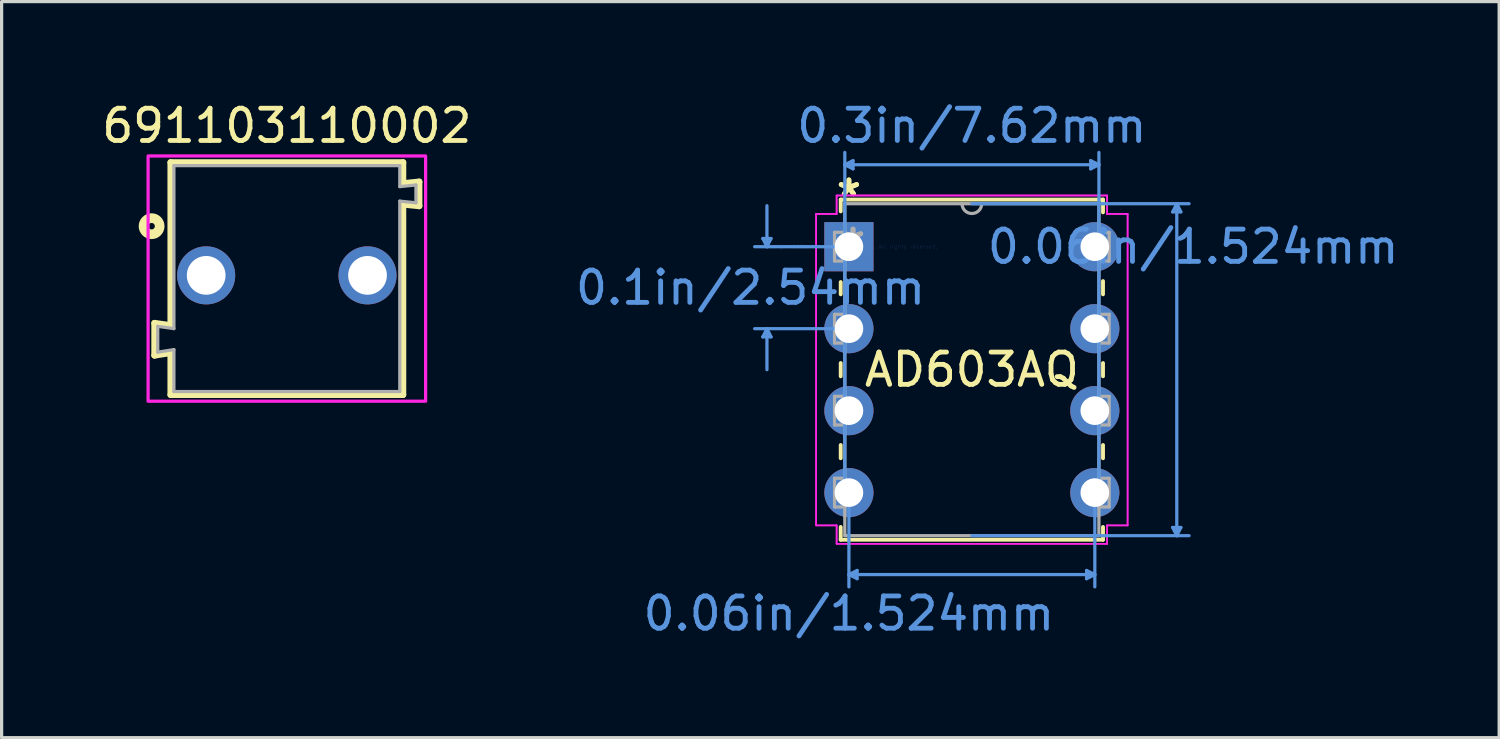
<source format=kicad_pcb>
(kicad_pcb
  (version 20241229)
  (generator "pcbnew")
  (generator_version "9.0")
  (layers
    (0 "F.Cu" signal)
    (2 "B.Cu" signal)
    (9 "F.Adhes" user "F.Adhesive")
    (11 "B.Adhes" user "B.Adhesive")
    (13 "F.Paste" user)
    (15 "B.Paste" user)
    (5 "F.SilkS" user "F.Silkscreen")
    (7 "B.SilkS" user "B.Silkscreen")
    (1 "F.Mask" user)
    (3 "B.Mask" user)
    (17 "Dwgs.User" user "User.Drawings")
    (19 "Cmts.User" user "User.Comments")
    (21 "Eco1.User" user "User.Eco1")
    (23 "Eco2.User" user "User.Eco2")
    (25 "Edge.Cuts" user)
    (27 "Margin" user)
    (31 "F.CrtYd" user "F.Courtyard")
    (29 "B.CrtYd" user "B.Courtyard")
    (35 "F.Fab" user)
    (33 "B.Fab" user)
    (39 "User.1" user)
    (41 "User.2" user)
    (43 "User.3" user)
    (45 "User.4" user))
  (footprint "691103110002"
    (layer "F.Cu")
    (at 5.839 5.483)
    (property "Reference" "691103110002" (at 0 -4.635 0) (layer "F.SilkS") (effects (font (size 1 1) (thickness 0.15))))
    (attr through_hole)
    (fp_line (start -4.1 1.48) (end -3.6 1.55) (stroke (width 0.2) (type solid)) (layer "F.SilkS"))
    (fp_line (start -4.1 2.48) (end -4.1 1.48) (stroke (width 0.2) (type solid)) (layer "F.SilkS"))
    (fp_line (start -3.6 -3.5) (end 3.6 -3.5) (stroke (width 0.2) (type solid)) (layer "F.SilkS"))
    (fp_line (start -3.6 1.55) (end -3.6 -3.5) (stroke (width 0.2) (type solid)) (layer "F.SilkS"))
    (fp_line (start -3.6 2.4) (end -4.1 2.48) (stroke (width 0.2) (type solid)) (layer "F.SilkS"))
    (fp_line (start -3.6 3.7) (end -3.6 2.4) (stroke (width 0.2) (type solid)) (layer "F.SilkS"))
    (fp_line (start 3.6 -3.5) (end 3.6 -2.85) (stroke (width 0.2) (type solid)) (layer "F.SilkS"))
    (fp_line (start 3.6 -2.85) (end 4.1 -2.9) (stroke (width 0.2) (type solid)) (layer "F.SilkS"))
    (fp_line (start 3.6 -2.2) (end 3.6 3.7) (stroke (width 0.2) (type solid)) (layer "F.SilkS"))
    (fp_line (start 3.6 3.7) (end -3.6 3.7) (stroke (width 0.2) (type solid)) (layer "F.SilkS"))
    (fp_line (start 4.1 -2.9) (end 4.1 -2.15) (stroke (width 0.2) (type solid)) (layer "F.SilkS"))
    (fp_line (start 4.1 -2.15) (end 3.6 -2.2) (stroke (width 0.2) (type solid)) (layer "F.SilkS"))
    (fp_circle (center -4.191 -1.524) (end -4.091 -1.524) (stroke (width 0.3) (type solid)) (fill no) (layer "F.SilkS"))
    (fp_poly (pts (xy -4.3 -3.7) (xy 4.3 -3.7) (xy 4.3 3.9) (xy -4.3 3.9)) (stroke (width 0.1) (type solid)) (fill no) (layer "F.CrtYd"))
    (fp_line (start -4 1.58) (end -4 2.38) (stroke (width 0.1) (type solid)) (layer "F.Fab"))
    (fp_line (start -3.5 -3.4) (end -3.5 1.65) (stroke (width 0.1) (type solid)) (layer "F.Fab"))
    (fp_line (start -3.5 1.65) (end -4 1.58) (stroke (width 0.1) (type solid)) (layer "F.Fab"))
    (fp_line (start -3.5 2.3) (end -4 2.38) (stroke (width 0.1) (type solid)) (layer "F.Fab"))
    (fp_line (start -3.5 2.3) (end -3.5 3.6) (stroke (width 0.1) (type solid)) (layer "F.Fab"))
    (fp_line (start -3.5 3.6) (end 3.5 3.6) (stroke (width 0.1) (type solid)) (layer "F.Fab"))
    (fp_line (start 3.5 -3.4) (end -3.5 -3.4) (stroke (width 0.1) (type solid)) (layer "F.Fab"))
    (fp_line (start 3.5 -3.4) (end 3.5 -2.75) (stroke (width 0.1) (type solid)) (layer "F.Fab"))
    (fp_line (start 3.5 -2.75) (end 4 -2.8) (stroke (width 0.1) (type solid)) (layer "F.Fab"))
    (fp_line (start 3.5 -2.3) (end 3.5 3.6) (stroke (width 0.1) (type solid)) (layer "F.Fab"))
    (fp_line (start 3.5 -2.3) (end 4 -2.25) (stroke (width 0.1) (type solid)) (layer "F.Fab"))
    (fp_line (start 4 -2.25) (end 4 -2.8) (stroke (width 0.1) (type solid)) (layer "F.Fab"))
    (pad "1" thru_hole circle (at -2.5 0) (size 1.8 1.8) (drill 1.2) (layers "*.Cu" "*.Mask"))
    (pad "2" thru_hole circle (at 2.5 0) (size 1.8 1.8) (drill 1.2) (layers "*.Cu" "*.Mask")))
  (footprint "AD603AQ"
    (layer "F.Cu")
    (at 23.256 4.595)
    (property "Reference" "AD603AQ" (at 3.81 3.81 0) (layer "F.SilkS") (effects (font (size 1 1) (thickness 0.15))))
    (attr through_hole)
    (fp_line (start -0.254 -1.46) (end -0.254 -1.095) (stroke (width 0.12) (type solid)) (layer "F.SilkS"))
    (fp_line (start -0.254 1.095) (end -0.254 1.475) (stroke (width 0.12) (type solid)) (layer "F.SilkS"))
    (fp_line (start -0.254 3.605) (end -0.254 4.015) (stroke (width 0.12) (type solid)) (layer "F.SilkS"))
    (fp_line (start -0.254 6.145) (end -0.254 6.555) (stroke (width 0.12) (type solid)) (layer "F.SilkS"))
    (fp_line (start -0.254 8.685) (end -0.254 9.081) (stroke (width 0.12) (type solid)) (layer "F.SilkS"))
    (fp_line (start -0.254 9.081) (end 7.874 9.081) (stroke (width 0.12) (type solid)) (layer "F.SilkS"))
    (fp_line (start 7.874 -1.46) (end -0.254 -1.46) (stroke (width 0.12) (type solid)) (layer "F.SilkS"))
    (fp_line (start 7.874 -1.065) (end 7.874 -1.46) (stroke (width 0.12) (type solid)) (layer "F.SilkS"))
    (fp_line (start 7.874 1.475) (end 7.874 1.065) (stroke (width 0.12) (type solid)) (layer "F.SilkS"))
    (fp_line (start 7.874 4.015) (end 7.874 3.605) (stroke (width 0.12) (type solid)) (layer "F.SilkS"))
    (fp_line (start 7.874 6.555) (end 7.874 6.145) (stroke (width 0.12) (type solid)) (layer "F.SilkS"))
    (fp_line (start 7.874 9.081) (end 7.874 8.685) (stroke (width 0.12) (type solid)) (layer "F.SilkS"))
    (fp_line (start -2.667 -0.254) (end -2.413 -0.254) (stroke (width 0.1) (type solid)) (layer "Cmts.User"))
    (fp_line (start -2.667 2.794) (end -2.413 2.794) (stroke (width 0.1) (type solid)) (layer "Cmts.User"))
    (fp_line (start -2.54 0) (end -2.667 -0.254) (stroke (width 0.1) (type solid)) (layer "Cmts.User"))
    (fp_line (start -2.54 0) (end -2.54 -1.27) (stroke (width 0.1) (type solid)) (layer "Cmts.User"))
    (fp_line (start -2.54 0) (end -2.413 -0.254) (stroke (width 0.1) (type solid)) (layer "Cmts.User"))
    (fp_line (start -2.54 2.54) (end -2.667 2.794) (stroke (width 0.1) (type solid)) (layer "Cmts.User"))
    (fp_line (start -2.54 2.54) (end -2.54 3.81) (stroke (width 0.1) (type solid)) (layer "Cmts.User"))
    (fp_line (start -2.54 2.54) (end -2.413 2.794) (stroke (width 0.1) (type solid)) (layer "Cmts.User"))
    (fp_line (start -0.127 -2.54) (end 0.127 -2.667) (stroke (width 0.1) (type solid)) (layer "Cmts.User"))
    (fp_line (start -0.127 -2.54) (end 0.127 -2.413) (stroke (width 0.1) (type solid)) (layer "Cmts.User"))
    (fp_line (start -0.127 -2.54) (end 7.747 -2.54) (stroke (width 0.1) (type solid)) (layer "Cmts.User"))
    (fp_line (start -0.127 7.62) (end -0.127 -2.921) (stroke (width 0.1) (type solid)) (layer "Cmts.User"))
    (fp_line (start 0 0) (end -2.921 0) (stroke (width 0.1) (type solid)) (layer "Cmts.User"))
    (fp_line (start 0 2.54) (end -2.921 2.54) (stroke (width 0.1) (type solid)) (layer "Cmts.User"))
    (fp_line (start 0 7.62) (end 0 10.541) (stroke (width 0.1) (type solid)) (layer "Cmts.User"))
    (fp_line (start 0 10.16) (end 0.254 10.033) (stroke (width 0.1) (type solid)) (layer "Cmts.User"))
    (fp_line (start 0 10.16) (end 0.254 10.287) (stroke (width 0.1) (type solid)) (layer "Cmts.User"))
    (fp_line (start 0 10.16) (end 7.62 10.16) (stroke (width 0.1) (type solid)) (layer "Cmts.User"))
    (fp_line (start 0.127 -2.667) (end 0.127 -2.413) (stroke (width 0.1) (type solid)) (layer "Cmts.User"))
    (fp_line (start 0.254 10.033) (end 0.254 10.287) (stroke (width 0.1) (type solid)) (layer "Cmts.User"))
    (fp_line (start 3.81 -1.333) (end 10.541 -1.333) (stroke (width 0.1) (type solid)) (layer "Cmts.User"))
    (fp_line (start 3.81 8.954) (end 10.541 8.954) (stroke (width 0.1) (type solid)) (layer "Cmts.User"))
    (fp_line (start 7.366 10.033) (end 7.366 10.287) (stroke (width 0.1) (type solid)) (layer "Cmts.User"))
    (fp_line (start 7.493 -2.667) (end 7.493 -2.413) (stroke (width 0.1) (type solid)) (layer "Cmts.User"))
    (fp_line (start 7.62 7.62) (end 7.62 10.541) (stroke (width 0.1) (type solid)) (layer "Cmts.User"))
    (fp_line (start 7.62 10.16) (end 7.366 10.033) (stroke (width 0.1) (type solid)) (layer "Cmts.User"))
    (fp_line (start 7.62 10.16) (end 7.366 10.287) (stroke (width 0.1) (type solid)) (layer "Cmts.User"))
    (fp_line (start 7.747 -2.54) (end 7.493 -2.667) (stroke (width 0.1) (type solid)) (layer "Cmts.User"))
    (fp_line (start 7.747 -2.54) (end 7.493 -2.413) (stroke (width 0.1) (type solid)) (layer "Cmts.User"))
    (fp_line (start 7.747 7.62) (end 7.747 -2.921) (stroke (width 0.1) (type solid)) (layer "Cmts.User"))
    (fp_line (start 10.033 -1.079) (end 10.287 -1.079) (stroke (width 0.1) (type solid)) (layer "Cmts.User"))
    (fp_line (start 10.033 8.7) (end 10.287 8.7) (stroke (width 0.1) (type solid)) (layer "Cmts.User"))
    (fp_line (start 10.16 -1.333) (end 10.033 -1.079) (stroke (width 0.1) (type solid)) (layer "Cmts.User"))
    (fp_line (start 10.16 -1.333) (end 10.16 8.954) (stroke (width 0.1) (type solid)) (layer "Cmts.User"))
    (fp_line (start 10.16 -1.333) (end 10.287 -1.079) (stroke (width 0.1) (type solid)) (layer "Cmts.User"))
    (fp_line (start 10.16 8.954) (end 10.033 8.7) (stroke (width 0.1) (type solid)) (layer "Cmts.User"))
    (fp_line (start 10.16 8.954) (end 10.287 8.7) (stroke (width 0.1) (type solid)) (layer "Cmts.User"))
    (fp_line (start -1.016 -1.016) (end -1.016 8.636) (stroke (width 0.05) (type solid)) (layer "F.CrtYd"))
    (fp_line (start -1.016 -1.016) (end -0.381 -1.016) (stroke (width 0.05) (type solid)) (layer "F.CrtYd"))
    (fp_line (start -1.016 8.636) (end -1.016 -1.016) (stroke (width 0.05) (type solid)) (layer "F.CrtYd"))
    (fp_line (start -1.016 8.636) (end -0.381 8.636) (stroke (width 0.05) (type solid)) (layer "F.CrtYd"))
    (fp_line (start -0.381 -1.587) (end -0.381 -1.016) (stroke (width 0.05) (type solid)) (layer "F.CrtYd"))
    (fp_line (start -0.381 -1.587) (end 8.001 -1.587) (stroke (width 0.05) (type solid)) (layer "F.CrtYd"))
    (fp_line (start -0.381 -1.016) (end -1.016 -1.016) (stroke (width 0.05) (type solid)) (layer "F.CrtYd"))
    (fp_line (start -0.381 -1.016) (end -0.381 -1.587) (stroke (width 0.05) (type solid)) (layer "F.CrtYd"))
    (fp_line (start -0.381 8.636) (end -1.016 8.636) (stroke (width 0.05) (type solid)) (layer "F.CrtYd"))
    (fp_line (start -0.381 8.636) (end -0.381 9.207) (stroke (width 0.05) (type solid)) (layer "F.CrtYd"))
    (fp_line (start -0.381 9.207) (end -0.381 8.636) (stroke (width 0.05) (type solid)) (layer "F.CrtYd"))
    (fp_line (start -0.381 9.207) (end 8.001 9.207) (stroke (width 0.05) (type solid)) (layer "F.CrtYd"))
    (fp_line (start 8.001 -1.587) (end -0.381 -1.587) (stroke (width 0.05) (type solid)) (layer "F.CrtYd"))
    (fp_line (start 8.001 -1.587) (end 8.001 -1.016) (stroke (width 0.05) (type solid)) (layer "F.CrtYd"))
    (fp_line (start 8.001 -1.016) (end 8.001 -1.587) (stroke (width 0.05) (type solid)) (layer "F.CrtYd"))
    (fp_line (start 8.001 8.636) (end 8.001 9.207) (stroke (width 0.05) (type solid)) (layer "F.CrtYd"))
    (fp_line (start 8.001 8.636) (end 8.636 8.636) (stroke (width 0.05) (type solid)) (layer "F.CrtYd"))
    (fp_line (start 8.001 9.207) (end -0.381 9.207) (stroke (width 0.05) (type solid)) (layer "F.CrtYd"))
    (fp_line (start 8.001 9.207) (end 8.001 8.636) (stroke (width 0.05) (type solid)) (layer "F.CrtYd"))
    (fp_line (start 8.636 -1.016) (end 8.001 -1.016) (stroke (width 0.05) (type solid)) (layer "F.CrtYd"))
    (fp_line (start 8.636 -1.016) (end 8.001 -1.016) (stroke (width 0.05) (type solid)) (layer "F.CrtYd"))
    (fp_line (start 8.636 -1.016) (end 8.636 8.636) (stroke (width 0.05) (type solid)) (layer "F.CrtYd"))
    (fp_line (start 8.636 8.636) (end 8.001 8.636) (stroke (width 0.05) (type solid)) (layer "F.CrtYd"))
    (fp_line (start 8.636 8.636) (end 8.636 -1.016) (stroke (width 0.05) (type solid)) (layer "F.CrtYd"))
    (fp_line (start -0.445 -0.445) (end -0.445 0.445) (stroke (width 0.1) (type solid)) (layer "F.Fab"))
    (fp_line (start -0.445 0.445) (end -0.127 0.445) (stroke (width 0.1) (type solid)) (layer "F.Fab"))
    (fp_line (start -0.445 2.095) (end -0.445 2.985) (stroke (width 0.1) (type solid)) (layer "F.Fab"))
    (fp_line (start -0.445 2.985) (end -0.127 2.985) (stroke (width 0.1) (type solid)) (layer "F.Fab"))
    (fp_line (start -0.445 4.636) (end -0.445 5.524) (stroke (width 0.1) (type solid)) (layer "F.Fab"))
    (fp_line (start -0.445 5.524) (end -0.127 5.524) (stroke (width 0.1) (type solid)) (layer "F.Fab"))
    (fp_line (start -0.445 7.176) (end -0.445 8.065) (stroke (width 0.1) (type solid)) (layer "F.Fab"))
    (fp_line (start -0.445 8.065) (end -0.127 8.065) (stroke (width 0.1) (type solid)) (layer "F.Fab"))
    (fp_line (start -0.127 -1.333) (end -0.127 8.954) (stroke (width 0.1) (type solid)) (layer "F.Fab"))
    (fp_line (start -0.127 -0.445) (end -0.445 -0.445) (stroke (width 0.1) (type solid)) (layer "F.Fab"))
    (fp_line (start -0.127 0.445) (end -0.127 -0.445) (stroke (width 0.1) (type solid)) (layer "F.Fab"))
    (fp_line (start -0.127 2.095) (end -0.445 2.095) (stroke (width 0.1) (type solid)) (layer "F.Fab"))
    (fp_line (start -0.127 2.985) (end -0.127 2.095) (stroke (width 0.1) (type solid)) (layer "F.Fab"))
    (fp_line (start -0.127 4.636) (end -0.445 4.636) (stroke (width 0.1) (type solid)) (layer "F.Fab"))
    (fp_line (start -0.127 5.524) (end -0.127 4.636) (stroke (width 0.1) (type solid)) (layer "F.Fab"))
    (fp_line (start -0.127 7.176) (end -0.445 7.176) (stroke (width 0.1) (type solid)) (layer "F.Fab"))
    (fp_line (start -0.127 8.065) (end -0.127 7.176) (stroke (width 0.1) (type solid)) (layer "F.Fab"))
    (fp_line (start -0.127 8.954) (end 7.747 8.954) (stroke (width 0.1) (type solid)) (layer "F.Fab"))
    (fp_line (start 7.747 -1.333) (end -0.127 -1.333) (stroke (width 0.1) (type solid)) (layer "F.Fab"))
    (fp_line (start 7.747 -0.445) (end 7.747 0.445) (stroke (width 0.1) (type solid)) (layer "F.Fab"))
    (fp_line (start 7.747 0.445) (end 8.065 0.445) (stroke (width 0.1) (type solid)) (layer "F.Fab"))
    (fp_line (start 7.747 2.095) (end 7.747 2.985) (stroke (width 0.1) (type solid)) (layer "F.Fab"))
    (fp_line (start 7.747 2.985) (end 8.065 2.985) (stroke (width 0.1) (type solid)) (layer "F.Fab"))
    (fp_line (start 7.747 4.636) (end 7.747 5.524) (stroke (width 0.1) (type solid)) (layer "F.Fab"))
    (fp_line (start 7.747 5.524) (end 8.065 5.524) (stroke (width 0.1) (type solid)) (layer "F.Fab"))
    (fp_line (start 7.747 7.176) (end 7.747 8.065) (stroke (width 0.1) (type solid)) (layer "F.Fab"))
    (fp_line (start 7.747 8.065) (end 8.065 8.065) (stroke (width 0.1) (type solid)) (layer "F.Fab"))
    (fp_line (start 7.747 8.954) (end 7.747 -1.333) (stroke (width 0.1) (type solid)) (layer "F.Fab"))
    (fp_line (start 8.065 -0.445) (end 7.747 -0.445) (stroke (width 0.1) (type solid)) (layer "F.Fab"))
    (fp_line (start 8.065 0.445) (end 8.065 -0.445) (stroke (width 0.1) (type solid)) (layer "F.Fab"))
    (fp_line (start 8.065 2.095) (end 7.747 2.095) (stroke (width 0.1) (type solid)) (layer "F.Fab"))
    (fp_line (start 8.065 2.985) (end 8.065 2.095) (stroke (width 0.1) (type solid)) (layer "F.Fab"))
    (fp_line (start 8.065 4.636) (end 7.747 4.636) (stroke (width 0.1) (type solid)) (layer "F.Fab"))
    (fp_line (start 8.065 5.524) (end 8.065 4.636) (stroke (width 0.1) (type solid)) (layer "F.Fab"))
    (fp_line (start 8.065 7.176) (end 7.747 7.176) (stroke (width 0.1) (type solid)) (layer "F.Fab"))
    (fp_line (start 8.065 8.065) (end 8.065 7.176) (stroke (width 0.1) (type solid)) (layer "F.Fab"))
    (fp_arc (start 4.1148 -1.3335) (mid 3.81 -1.0287) (end 3.5052 -1.3335) (stroke (width 0.1) (type solid)) (layer "F.Fab"))
    (fp_text user "*" (at 0 -1.524 0) (layer "F.SilkS") (effects (font (size 1 1) (thickness 0.15))))
    (fp_text user "*" (at 0 -1.524 0) (layer "F.SilkS") (effects (font (size 1 1) (thickness 0.15))))
    (fp_text user "0.06in/1.524mm" (at 0 11.367 0) (layer "Cmts.User") (effects (font (size 1 1) (thickness 0.15))))
    (fp_text user "Copyright 2021 Accelerated Designs. All rights reserved." (at 0 0 0) (layer "Cmts.User") (effects (font (size 0.127 0.127) (thickness 0.002))))
    (fp_text user "0.1in/2.54mm" (at -3.048 1.27 0) (layer "Cmts.User") (effects (font (size 1 1) (thickness 0.15))))
    (fp_text user "0.06in/1.524mm" (at 10.668 0 0) (layer "Cmts.User") (effects (font (size 1 1) (thickness 0.15))))
    (fp_text user "0.3in/7.62mm" (at 3.81 -3.747 0) (layer "Cmts.User") (effects (font (size 1 1) (thickness 0.15))))
    (fp_text user "*" (at 0.127 0 0) (layer "F.Fab") (effects (font (size 1 1) (thickness 0.15))))
    (fp_text user "*" (at 0.127 0 0) (layer "F.Fab") (effects (font (size 1 1) (thickness 0.15))))
    (pad "1" thru_hole rect (at 0 0) (size 1.524 1.524) (drill 0.889) (layers "*.Cu" "*.Mask"))
    (pad "2" thru_hole circle (at 0 2.54) (size 1.524 1.524) (drill 0.889) (layers "*.Cu" "*.Mask"))
    (pad "3" thru_hole circle (at 0 5.08) (size 1.524 1.524) (drill 0.889) (layers "*.Cu" "*.Mask"))
    (pad "4" thru_hole circle (at 0 7.62) (size 1.524 1.524) (drill 0.889) (layers "*.Cu" "*.Mask"))
    (pad "5" thru_hole circle (at 7.62 7.62) (size 1.524 1.524) (drill 0.889) (layers "*.Cu" "*.Mask"))
    (pad "6" thru_hole circle (at 7.62 5.08) (size 1.524 1.524) (drill 0.889) (layers "*.Cu" "*.Mask"))
    (pad "7" thru_hole circle (at 7.62 2.54) (size 1.524 1.524) (drill 0.889) (layers "*.Cu" "*.Mask"))
    (pad "8" thru_hole circle (at 7.62 0) (size 1.524 1.524) (drill 0.889) (layers "*.Cu" "*.Mask")))
  (gr_rect
    (start -3 -3)
    (end 43.406 19.809)
    (stroke (width 0.1) (type default))
    (fill no)
    (layer "Edge.Cuts")))
</source>
